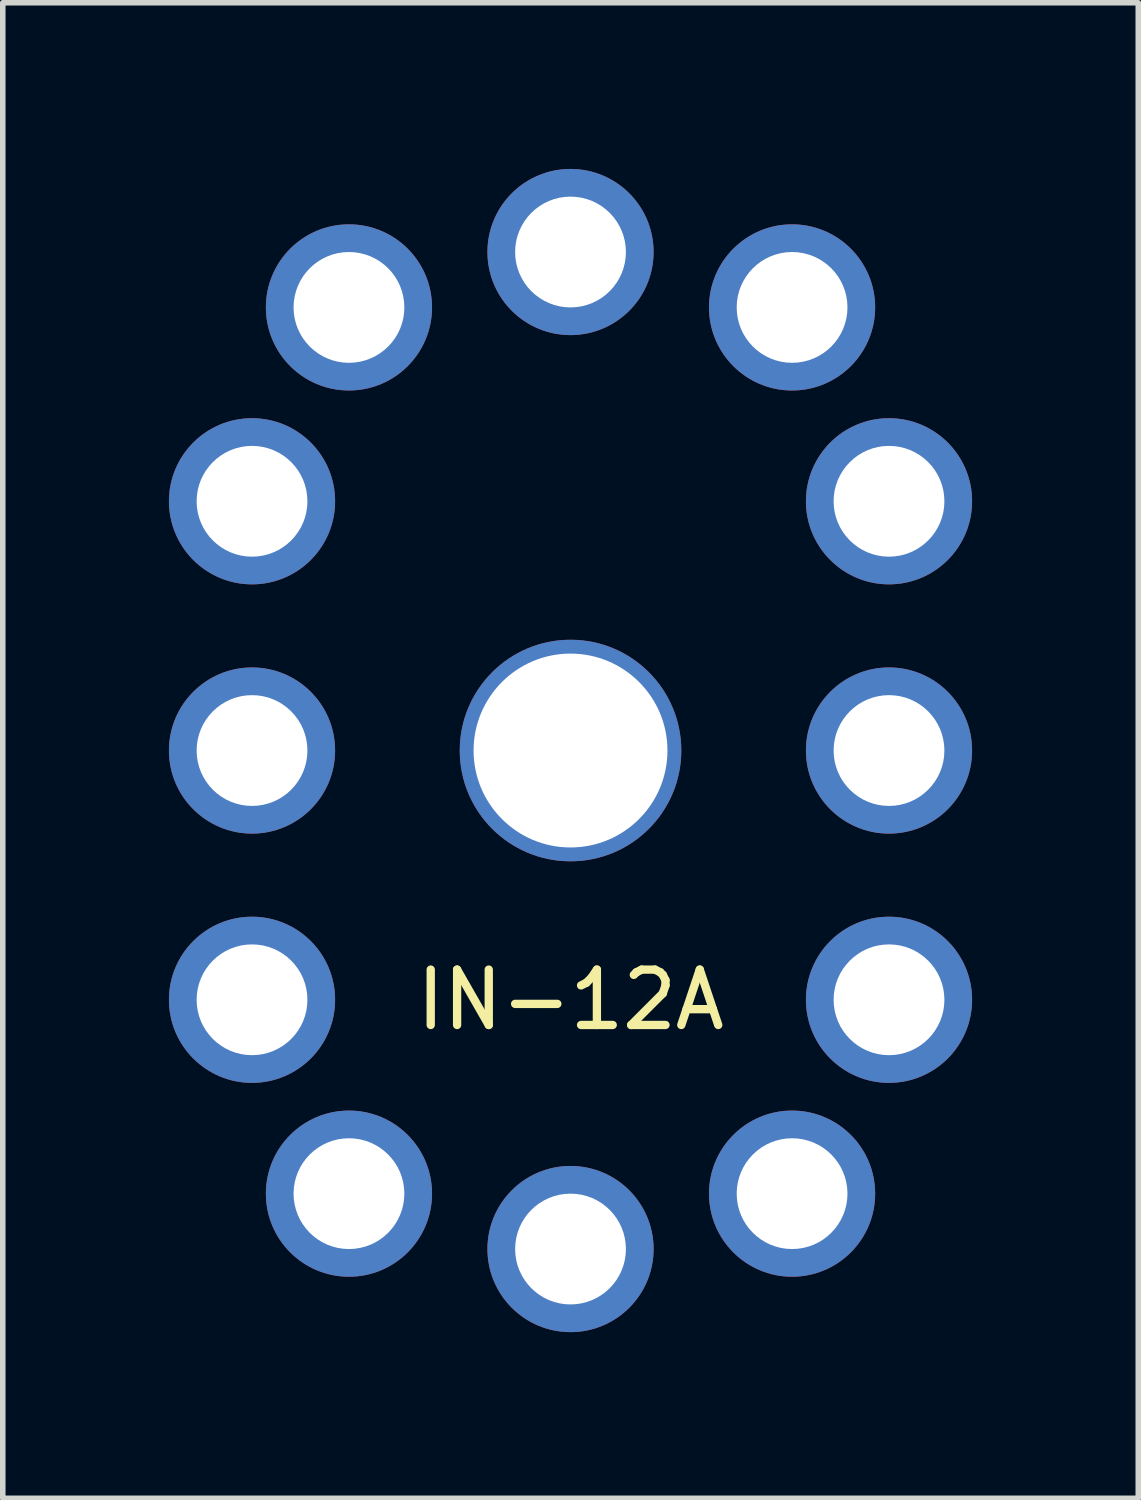
<source format=kicad_pcb>
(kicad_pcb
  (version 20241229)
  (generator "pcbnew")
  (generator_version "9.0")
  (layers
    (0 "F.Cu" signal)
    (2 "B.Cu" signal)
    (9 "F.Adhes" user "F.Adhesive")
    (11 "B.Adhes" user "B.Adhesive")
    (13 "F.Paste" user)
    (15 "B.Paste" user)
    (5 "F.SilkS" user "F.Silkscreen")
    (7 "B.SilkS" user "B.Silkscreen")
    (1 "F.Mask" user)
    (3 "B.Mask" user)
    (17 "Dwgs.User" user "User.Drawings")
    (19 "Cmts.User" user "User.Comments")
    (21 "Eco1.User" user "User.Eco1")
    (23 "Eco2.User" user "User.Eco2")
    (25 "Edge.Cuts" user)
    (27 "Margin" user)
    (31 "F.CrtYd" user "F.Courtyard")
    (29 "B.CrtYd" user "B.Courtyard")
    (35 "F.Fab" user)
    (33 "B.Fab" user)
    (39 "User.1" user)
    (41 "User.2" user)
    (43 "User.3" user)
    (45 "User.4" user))
  (footprint "IN-12A"
    (layer "F.Cu")
    (at 7.25 10.5)
    (property "Reference" "IN-12A" (at 0 4.5 0) (layer "F.SilkS") (effects (font (size 1 1) (thickness 0.15))))
    (attr through_hole)
    (pad "" np_thru_hole circle (at 0 0) (size 4 4) (drill 3.5) (layers "*.Cu" "*.Mask"))
    (pad "" np_thru_hole circle (at 0 9) (size 3 3) (drill 2) (layers "*.Cu" "*.Mask"))
    (pad "0" thru_hole circle (at 5.75 4.5) (size 3 3) (drill 2) (layers "*.Cu" "*.Mask"))
    (pad "1" thru_hole circle (at -4 8) (size 3 3) (drill 2) (layers "*.Cu" "*.Mask"))
    (pad "2" thru_hole circle (at -5.75 4.5) (size 3 3) (drill 2) (layers "*.Cu" "*.Mask"))
    (pad "3" thru_hole circle (at -5.75 0) (size 3 3) (drill 2) (layers "*.Cu" "*.Mask"))
    (pad "4" thru_hole circle (at -5.75 -4.5) (size 3 3) (drill 2) (layers "*.Cu" "*.Mask"))
    (pad "5" thru_hole circle (at -4 -8) (size 3 3) (drill 2) (layers "*.Cu" "*.Mask"))
    (pad "6" thru_hole circle (at 0 -9) (size 3 3) (drill 2) (layers "*.Cu" "*.Mask"))
    (pad "7" thru_hole circle (at 4 -8) (size 3 3) (drill 2) (layers "*.Cu" "*.Mask"))
    (pad "8" thru_hole circle (at 5.75 -4.5) (size 3 3) (drill 2) (layers "*.Cu" "*.Mask"))
    (pad "9" thru_hole circle (at 5.75 0) (size 3 3) (drill 2) (layers "*.Cu" "*.Mask"))
    (pad "A" thru_hole circle (at 4 8) (size 3 3) (drill 2) (layers "*.Cu" "*.Mask")))
  (gr_rect
    (start -3 -3)
    (end 17.5 24)
    (stroke (width 0.1) (type default))
    (fill no)
    (layer "Edge.Cuts")))
</source>
